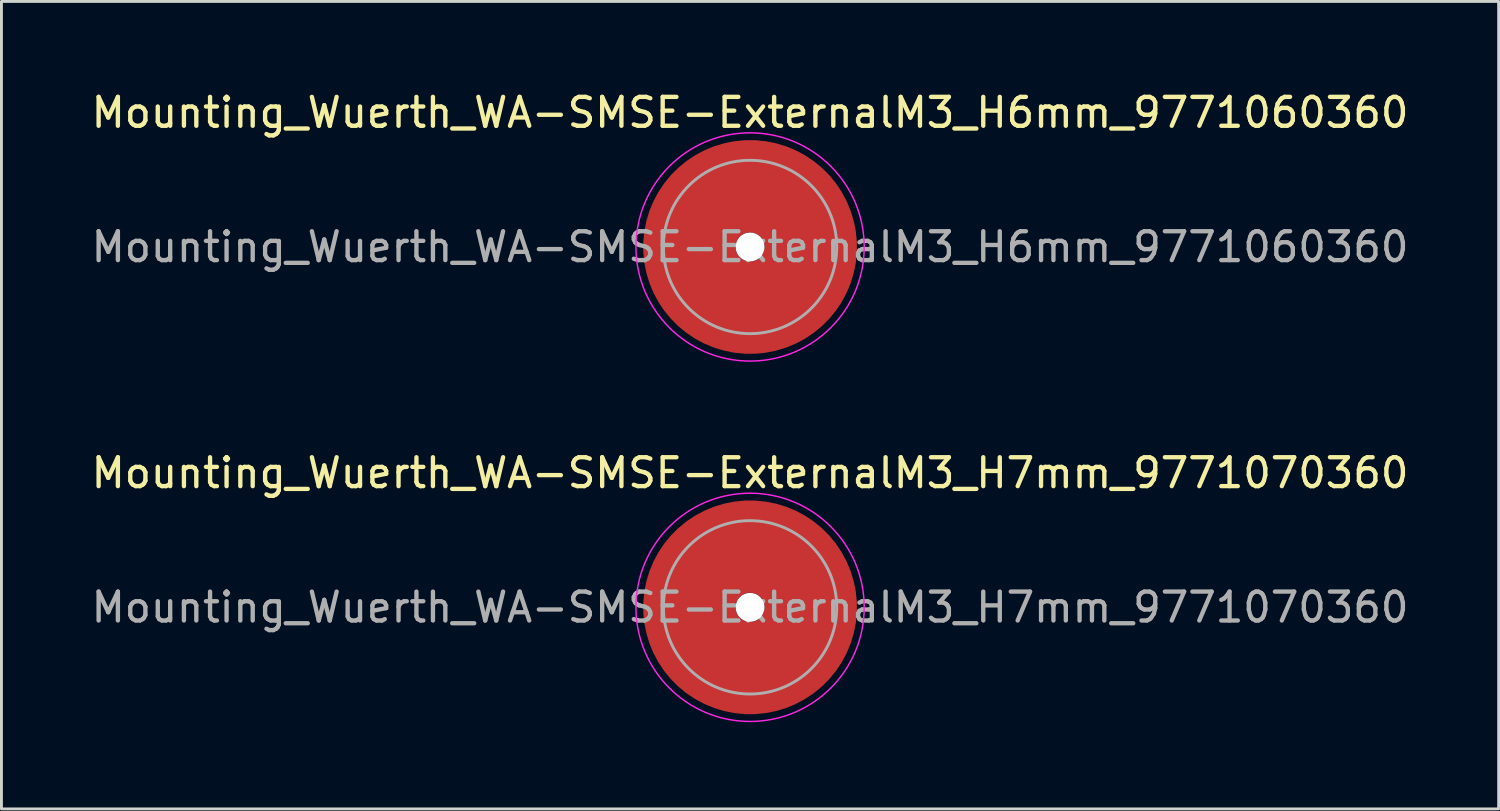
<source format=kicad_pcb>
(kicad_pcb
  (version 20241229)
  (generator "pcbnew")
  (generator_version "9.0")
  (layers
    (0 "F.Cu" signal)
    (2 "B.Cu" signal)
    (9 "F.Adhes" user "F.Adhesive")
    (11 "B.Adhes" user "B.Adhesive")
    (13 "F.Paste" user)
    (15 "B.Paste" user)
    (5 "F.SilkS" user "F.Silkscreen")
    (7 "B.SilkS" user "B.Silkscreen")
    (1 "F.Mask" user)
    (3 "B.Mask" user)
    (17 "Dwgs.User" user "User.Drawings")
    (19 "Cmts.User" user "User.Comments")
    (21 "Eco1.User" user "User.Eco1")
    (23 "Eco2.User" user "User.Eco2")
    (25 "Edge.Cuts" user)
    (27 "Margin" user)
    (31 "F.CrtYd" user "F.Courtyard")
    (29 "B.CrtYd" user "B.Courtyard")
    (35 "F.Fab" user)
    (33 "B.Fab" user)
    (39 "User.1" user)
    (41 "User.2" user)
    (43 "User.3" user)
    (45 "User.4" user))
  (footprint "Mounting_Wuerth_WA-SMSE-ExternalM3_H6mm_9771060360"
    (layer "F.Cu")
    (at 22.911 5.498)
    (property "Reference" "Mounting_Wuerth_WA-SMSE-ExternalM3_H6mm_9771060360" (at 0 -4.65 0) (layer "F.SilkS") (effects (font (size 1 1) (thickness 0.15))))
    (attr smd)
    (fp_circle (center 0 0) (end 3.95 0) (stroke (width 0.05) (type solid)) (fill no) (layer "F.CrtYd"))
    (fp_circle (center 0 0) (end 3 0) (stroke (width 0.1) (type solid)) (fill no) (layer "F.Fab"))
    (fp_text user "${REFERENCE}" (at 0 0 0) (layer "F.Fab") (effects (font (size 1 1) (thickness 0.15))))
    (pad "" smd custom (at 0 -2.1) (size 2.6 2.6) (layers "F.Paste") (options (anchor circle)) (primitives (gr_arc (start -0.305123 1.47) (mid -0.000513 1.4) (end 0.3042 1.469554) (width 0.2)) (gr_arc (start -0.493052 1.47) (mid -0.000664 1.3) (end 0.492006 1.469183) (width 0.2)) (gr_arc (start -0.642729 1.47) (mid -0.000361 1.2) (end 0.642223 1.469484) (width 0.2)) (gr_arc (start -0.776595 1.47) (mid -0.00087 1.1) (end 0.775497 1.468649) (width 0.2)) (gr_arc (start -0.901721 1.47) (mid -0.00018 1) (end 0.901515 1.469705) (width 0.2)) (gr_arc (start -1.021323 1.47) (mid -0.000665 0.9) (end 1.020624 1.468868) (width 0.2)) (gr_arc (start -1.137146 1.47) (mid -0.000289 0.8) (end 1.136866 1.469495) (width 0.2)) (gr_arc (start -1.25024 1.47) (mid -0.000155 0.7) (end 1.250101 1.469724) (width 0.2)) (gr_arc (start -1.361286 1.47) (mid -0.000403 0.6) (end 1.360947 1.469268) (width 0.2)) (gr_arc (start -1.470748 1.47) (mid -0.000334 0.5) (end 1.470485 1.469386) (width 0.2)) (gr_arc (start -1.578955 1.47) (mid -0.001427 0.400001) (end 1.577895 1.46735) (width 0.2)) (gr_arc (start -1.686149 1.47) (mid -0.000398 0.3) (end 1.68587 1.469254) (width 0.2)) (gr_arc (start -1.792512 1.47) (mid -0.001173 0.200001) (end 1.791733 1.467788) (width 0.2)) (gr_arc (start -1.898183 1.47) (mid -0.001368 0.100001) (end 1.897319 1.467404) (width 0.2)) (gr_arc (start -2.003272 1.47) (mid -0.001554 0.000001) (end 2.002338 1.467036) (width 0.2)) (gr_arc (start -2.107866 1.47) (mid -0.00037 -0.1) (end 2.107654 1.469292) (width 0.2)) (gr_arc (start -2.212035 1.47) (mid -0.00011 -0.2) (end 2.211975 1.469788) (width 0.2)) (gr_arc (start -2.315837 1.47) (mid -0.001322 -0.3) (end 2.315142 1.46745) (width 0.2)) (gr_arc (start -2.419318 1.47) (mid -0.000179 -0.4) (end 2.419228 1.469653) (width 0.2)) (gr_arc (start -2.522519 1.47) (mid -0.001235 -0.5) (end 2.521919 1.467604) (width 0.2)) (gr_arc (start -2.625471 1.47) (mid -0.000311 -0.6) (end 2.625326 1.469395) (width 0.2)) (gr_arc (start -2.728205 1.47) (mid -0.002303 -0.7) (end 2.727165 1.465513) (width 0.2)) (gr_arc (start -2.830742 1.47) (mid -0.000149 -0.8) (end 2.830677 1.469709) (width 0.2)) (gr_arc (start -2.933104 1.47) (mid -0.001447 -0.899999) (end 2.932495 1.46717) (width 0.2)) (gr_arc (start -3.035309 1.47) (mid -0.001317 -1) (end 3.034773 1.467421) (width 0.2)) (gr_arc (start -3.137372 1.47) (mid -0.002554 -1.099999) (end 3.136362 1.464993) (width 0.2)) (gr_arc (start -3.239305 1.47) (mid -0.002543 -1.199999) (end 3.23833 1.465008) (width 0.2)) (gr_arc (start -3.341123 1.47) (mid -0.001289 -1.3) (end 3.340644 1.467467) (width 0.2)) (gr_arc (start -3.442833 1.47) (mid -0.001847 -1.399999) (end 3.442166 1.466366) (width 0.2)) (gr_line (start 0.305 1.47) (end 3.443 1.47) (width 0.2)) (gr_line (start -0.305 1.47) (end -3.443 1.47) (width 0.2))))
    (pad "" np_thru_hole circle (at 0 0) (size 1 1) (drill 1) (layers "*.Cu" "*.Mask"))
    (pad "" smd custom (at 0 2.1) (size 2.6 2.6) (layers "F.Paste") (options (anchor circle)) (primitives (gr_arc (start 0.305123 -1.47) (mid 0.000513 -1.4) (end -0.3042 -1.469554) (width 0.2)) (gr_arc (start 0.493052 -1.47) (mid 0.000664 -1.3) (end -0.492006 -1.469183) (width 0.2)) (gr_arc (start 0.642729 -1.47) (mid 0.000361 -1.2) (end -0.642223 -1.469484) (width 0.2)) (gr_arc (start 0.776595 -1.47) (mid 0.00087 -1.1) (end -0.775497 -1.468649) (width 0.2)) (gr_arc (start 0.901721 -1.47) (mid 0.00018 -1) (end -0.901515 -1.469705) (width 0.2)) (gr_arc (start 1.021323 -1.47) (mid 0.000665 -0.9) (end -1.020624 -1.468868) (width 0.2)) (gr_arc (start 1.137146 -1.47) (mid 0.000289 -0.8) (end -1.136866 -1.469495) (width 0.2)) (gr_arc (start 1.25024 -1.47) (mid 0.000155 -0.7) (end -1.250101 -1.469724) (width 0.2)) (gr_arc (start 1.361286 -1.47) (mid 0.000403 -0.6) (end -1.360947 -1.469268) (width 0.2)) (gr_arc (start 1.470748 -1.47) (mid 0.000334 -0.5) (end -1.470485 -1.469386) (width 0.2)) (gr_arc (start 1.578955 -1.47) (mid 0.001427 -0.400001) (end -1.577895 -1.46735) (width 0.2)) (gr_arc (start 1.686149 -1.47) (mid 0.000398 -0.3) (end -1.68587 -1.469254) (width 0.2)) (gr_arc (start 1.792512 -1.47) (mid 0.001173 -0.200001) (end -1.791733 -1.467788) (width 0.2)) (gr_arc (start 1.898183 -1.47) (mid 0.001368 -0.100001) (end -1.897319 -1.467404) (width 0.2)) (gr_arc (start 2.003272 -1.47) (mid 0.001554 -0.000002) (end -2.002338 -1.467036) (width 0.2)) (gr_arc (start 2.107866 -1.47) (mid 0.00037 0.1) (end -2.107654 -1.469292) (width 0.2)) (gr_arc (start 2.212035 -1.47) (mid 0.00011 0.2) (end -2.211975 -1.469788) (width 0.2)) (gr_arc (start 2.315837 -1.47) (mid 0.001322 0.3) (end -2.315142 -1.46745) (width 0.2)) (gr_arc (start 2.419318 -1.47) (mid 0.000179 0.4) (end -2.419228 -1.469653) (width 0.2)) (gr_arc (start 2.522519 -1.47) (mid 0.001235 0.5) (end -2.521919 -1.467604) (width 0.2)) (gr_arc (start 2.625471 -1.47) (mid 0.000311 0.6) (end -2.625326 -1.469395) (width 0.2)) (gr_arc (start 2.728205 -1.47) (mid 0.002303 0.7) (end -2.727165 -1.465513) (width 0.2)) (gr_arc (start 2.830742 -1.47) (mid 0.000149 0.8) (end -2.830677 -1.469709) (width 0.2)) (gr_arc (start 2.933104 -1.47) (mid 0.001447 0.899999) (end -2.932495 -1.46717) (width 0.2)) (gr_arc (start 3.035309 -1.47) (mid 0.001317 1) (end -3.034773 -1.467421) (width 0.2)) (gr_arc (start 3.137372 -1.47) (mid 0.002554 1.099999) (end -3.136362 -1.464993) (width 0.2)) (gr_arc (start 3.239305 -1.47) (mid 0.002543 1.199999) (end -3.23833 -1.465008) (width 0.2)) (gr_arc (start 3.341123 -1.47) (mid 0.001289 1.3) (end -3.340644 -1.467467) (width 0.2)) (gr_arc (start 3.442833 -1.47) (mid 0.001847 1.399999) (end -3.442166 -1.466366) (width 0.2)) (gr_line (start -0.305 -1.47) (end -3.443 -1.47) (width 0.2)) (gr_line (start 0.305 -1.47) (end 3.443 -1.47) (width 0.2))))
    (pad "1" smd circle (at -2.1 0) (size 2.8 2.8) (layers "F.Cu"))
    (pad "1" smd circle (at 0 -2.1) (size 2.8 2.8) (layers "F.Cu"))
    (pad "1" smd circle (at 0 2.1) (size 2.8 2.8) (layers "F.Cu"))
    (pad "1" smd custom (at 2.1 0) (size 2.8 2.8) (layers "F.Cu" "F.Mask") (options (anchor circle)) (primitives (gr_circle (center -2.1 0) (end 0 0) (width 3.2) (fill no)))))
  (footprint "Mounting_Wuerth_WA-SMSE-ExternalM3_H7mm_9771070360"
    (layer "F.Cu")
    (at 22.911 17.971)
    (property "Reference" "Mounting_Wuerth_WA-SMSE-ExternalM3_H7mm_9771070360" (at 0 -4.65 0) (layer "F.SilkS") (effects (font (size 1 1) (thickness 0.15))))
    (attr smd)
    (fp_circle (center 0 0) (end 3.95 0) (stroke (width 0.05) (type solid)) (fill no) (layer "F.CrtYd"))
    (fp_circle (center 0 0) (end 3 0) (stroke (width 0.1) (type solid)) (fill no) (layer "F.Fab"))
    (fp_text user "${REFERENCE}" (at 0 0 0) (layer "F.Fab") (effects (font (size 1 1) (thickness 0.15))))
    (pad "" smd custom (at 0 -2.1) (size 2.6 2.6) (layers "F.Paste") (options (anchor circle)) (primitives (gr_arc (start -0.305123 1.47) (mid -0.000513 1.4) (end 0.3042 1.469554) (width 0.2)) (gr_arc (start -0.493052 1.47) (mid -0.000664 1.3) (end 0.492006 1.469183) (width 0.2)) (gr_arc (start -0.642729 1.47) (mid -0.000361 1.2) (end 0.642223 1.469484) (width 0.2)) (gr_arc (start -0.776595 1.47) (mid -0.00087 1.1) (end 0.775497 1.468649) (width 0.2)) (gr_arc (start -0.901721 1.47) (mid -0.00018 1) (end 0.901515 1.469705) (width 0.2)) (gr_arc (start -1.021323 1.47) (mid -0.000665 0.9) (end 1.020624 1.468868) (width 0.2)) (gr_arc (start -1.137146 1.47) (mid -0.000289 0.8) (end 1.136866 1.469495) (width 0.2)) (gr_arc (start -1.25024 1.47) (mid -0.000155 0.7) (end 1.250101 1.469724) (width 0.2)) (gr_arc (start -1.361286 1.47) (mid -0.000403 0.6) (end 1.360947 1.469268) (width 0.2)) (gr_arc (start -1.470748 1.47) (mid -0.000334 0.5) (end 1.470485 1.469386) (width 0.2)) (gr_arc (start -1.578955 1.47) (mid -0.001427 0.400001) (end 1.577895 1.46735) (width 0.2)) (gr_arc (start -1.686149 1.47) (mid -0.000398 0.3) (end 1.68587 1.469254) (width 0.2)) (gr_arc (start -1.792512 1.47) (mid -0.001173 0.200001) (end 1.791733 1.467788) (width 0.2)) (gr_arc (start -1.898183 1.47) (mid -0.001368 0.100001) (end 1.897319 1.467404) (width 0.2)) (gr_arc (start -2.003272 1.47) (mid -0.001554 0.000001) (end 2.002338 1.467036) (width 0.2)) (gr_arc (start -2.107866 1.47) (mid -0.00037 -0.1) (end 2.107654 1.469292) (width 0.2)) (gr_arc (start -2.212035 1.47) (mid -0.00011 -0.2) (end 2.211975 1.469788) (width 0.2)) (gr_arc (start -2.315837 1.47) (mid -0.001322 -0.3) (end 2.315142 1.46745) (width 0.2)) (gr_arc (start -2.419318 1.47) (mid -0.000179 -0.4) (end 2.419228 1.469653) (width 0.2)) (gr_arc (start -2.522519 1.47) (mid -0.001235 -0.5) (end 2.521919 1.467604) (width 0.2)) (gr_arc (start -2.625471 1.47) (mid -0.000311 -0.6) (end 2.625326 1.469395) (width 0.2)) (gr_arc (start -2.728205 1.47) (mid -0.002303 -0.7) (end 2.727165 1.465513) (width 0.2)) (gr_arc (start -2.830742 1.47) (mid -0.000149 -0.8) (end 2.830677 1.469709) (width 0.2)) (gr_arc (start -2.933104 1.47) (mid -0.001447 -0.899999) (end 2.932495 1.46717) (width 0.2)) (gr_arc (start -3.035309 1.47) (mid -0.001317 -1) (end 3.034773 1.467421) (width 0.2)) (gr_arc (start -3.137372 1.47) (mid -0.002554 -1.099999) (end 3.136362 1.464993) (width 0.2)) (gr_arc (start -3.239305 1.47) (mid -0.002543 -1.199999) (end 3.23833 1.465008) (width 0.2)) (gr_arc (start -3.341123 1.47) (mid -0.001289 -1.3) (end 3.340644 1.467467) (width 0.2)) (gr_arc (start -3.442833 1.47) (mid -0.001847 -1.399999) (end 3.442166 1.466366) (width 0.2)) (gr_line (start 0.305 1.47) (end 3.443 1.47) (width 0.2)) (gr_line (start -0.305 1.47) (end -3.443 1.47) (width 0.2))))
    (pad "" np_thru_hole circle (at 0 0) (size 1 1) (drill 1) (layers "*.Cu" "*.Mask"))
    (pad "" smd custom (at 0 2.1) (size 2.6 2.6) (layers "F.Paste") (options (anchor circle)) (primitives (gr_arc (start 0.305123 -1.47) (mid 0.000513 -1.4) (end -0.3042 -1.469554) (width 0.2)) (gr_arc (start 0.493052 -1.47) (mid 0.000664 -1.3) (end -0.492006 -1.469183) (width 0.2)) (gr_arc (start 0.642729 -1.47) (mid 0.000361 -1.2) (end -0.642223 -1.469484) (width 0.2)) (gr_arc (start 0.776595 -1.47) (mid 0.00087 -1.1) (end -0.775497 -1.468649) (width 0.2)) (gr_arc (start 0.901721 -1.47) (mid 0.00018 -1) (end -0.901515 -1.469705) (width 0.2)) (gr_arc (start 1.021323 -1.47) (mid 0.000665 -0.9) (end -1.020624 -1.468868) (width 0.2)) (gr_arc (start 1.137146 -1.47) (mid 0.000289 -0.8) (end -1.136866 -1.469495) (width 0.2)) (gr_arc (start 1.25024 -1.47) (mid 0.000155 -0.7) (end -1.250101 -1.469724) (width 0.2)) (gr_arc (start 1.361286 -1.47) (mid 0.000403 -0.6) (end -1.360947 -1.469268) (width 0.2)) (gr_arc (start 1.470748 -1.47) (mid 0.000334 -0.5) (end -1.470485 -1.469386) (width 0.2)) (gr_arc (start 1.578955 -1.47) (mid 0.001427 -0.400001) (end -1.577895 -1.46735) (width 0.2)) (gr_arc (start 1.686149 -1.47) (mid 0.000398 -0.3) (end -1.68587 -1.469254) (width 0.2)) (gr_arc (start 1.792512 -1.47) (mid 0.001173 -0.200001) (end -1.791733 -1.467788) (width 0.2)) (gr_arc (start 1.898183 -1.47) (mid 0.001368 -0.100001) (end -1.897319 -1.467404) (width 0.2)) (gr_arc (start 2.003272 -1.47) (mid 0.001554 -0.000002) (end -2.002338 -1.467036) (width 0.2)) (gr_arc (start 2.107866 -1.47) (mid 0.00037 0.1) (end -2.107654 -1.469292) (width 0.2)) (gr_arc (start 2.212035 -1.47) (mid 0.00011 0.2) (end -2.211975 -1.469788) (width 0.2)) (gr_arc (start 2.315837 -1.47) (mid 0.001322 0.3) (end -2.315142 -1.46745) (width 0.2)) (gr_arc (start 2.419318 -1.47) (mid 0.000179 0.4) (end -2.419228 -1.469653) (width 0.2)) (gr_arc (start 2.522519 -1.47) (mid 0.001235 0.5) (end -2.521919 -1.467604) (width 0.2)) (gr_arc (start 2.625471 -1.47) (mid 0.000311 0.6) (end -2.625326 -1.469395) (width 0.2)) (gr_arc (start 2.728205 -1.47) (mid 0.002303 0.7) (end -2.727165 -1.465513) (width 0.2)) (gr_arc (start 2.830742 -1.47) (mid 0.000149 0.8) (end -2.830677 -1.469709) (width 0.2)) (gr_arc (start 2.933104 -1.47) (mid 0.001447 0.899999) (end -2.932495 -1.46717) (width 0.2)) (gr_arc (start 3.035309 -1.47) (mid 0.001317 1) (end -3.034773 -1.467421) (width 0.2)) (gr_arc (start 3.137372 -1.47) (mid 0.002554 1.099999) (end -3.136362 -1.464993) (width 0.2)) (gr_arc (start 3.239305 -1.47) (mid 0.002543 1.199999) (end -3.23833 -1.465008) (width 0.2)) (gr_arc (start 3.341123 -1.47) (mid 0.001289 1.3) (end -3.340644 -1.467467) (width 0.2)) (gr_arc (start 3.442833 -1.47) (mid 0.001847 1.399999) (end -3.442166 -1.466366) (width 0.2)) (gr_line (start -0.305 -1.47) (end -3.443 -1.47) (width 0.2)) (gr_line (start 0.305 -1.47) (end 3.443 -1.47) (width 0.2))))
    (pad "1" smd circle (at -2.1 0) (size 2.8 2.8) (layers "F.Cu"))
    (pad "1" smd circle (at 0 -2.1) (size 2.8 2.8) (layers "F.Cu"))
    (pad "1" smd circle (at 0 2.1) (size 2.8 2.8) (layers "F.Cu"))
    (pad "1" smd custom (at 2.1 0) (size 2.8 2.8) (layers "F.Cu" "F.Mask") (options (anchor circle)) (primitives (gr_circle (center -2.1 0) (end 0 0) (width 3.2) (fill no)))))
  (gr_rect
    (start -3 -3)
    (end 48.821 24.947)
    (stroke (width 0.1) (type default))
    (fill no)
    (layer "Edge.Cuts")))
</source>
